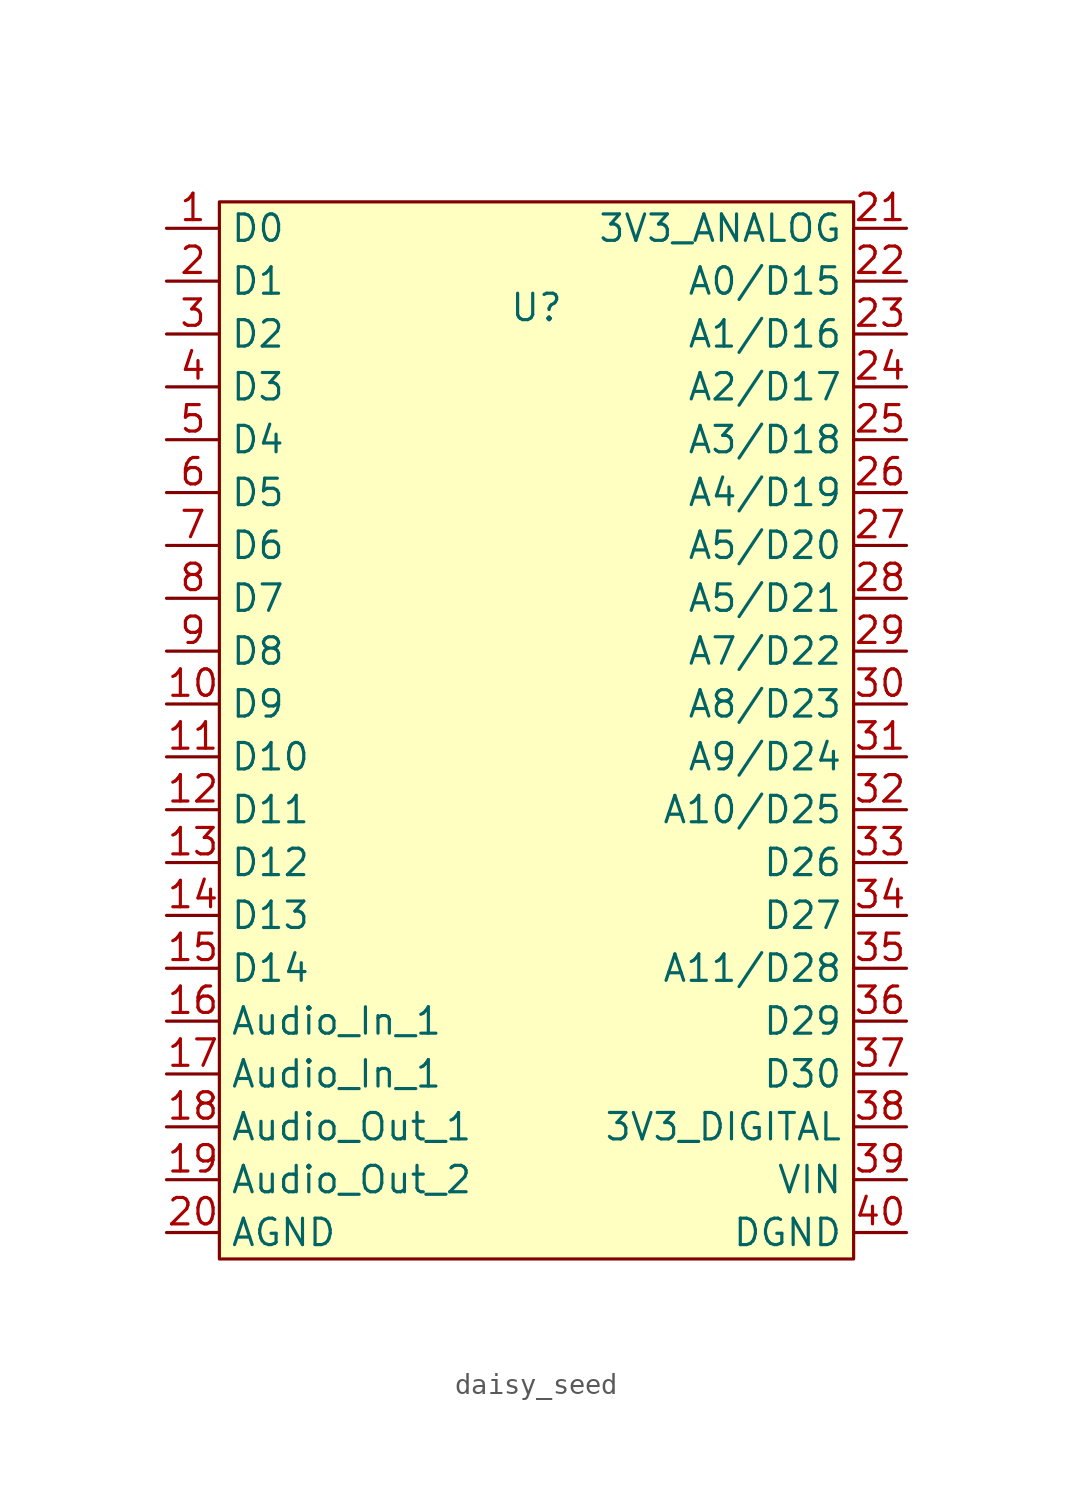
<source format=kicad_sym>
(kicad_symbol_lib
  (version 20220914)
  (generator kicad_symbol_editor)
  (symbol "daisy_seed"
    (property "Reference" "U"
      (at 0 0 0)
      (effects (font (size 1.27 1.27))))
    (property "Value" ""
      (at -11.43 0 0)
      (effects (font (size 1.27 1.27))))
    (symbol "daisy_seed_1_1"
      (rectangle (start -15.24 5.08) (end 15.24 -45.72) (stroke (width 0) (type default)) (fill (type background)))
      (pin bidirectional line (at -17.78 3.81 0) (length 2.54) (name "D0" (effects (font (size 1.27 1.27)))) (number "1" (effects (font (size 1.27 1.27)))))
      (pin bidirectional line (at -17.78 -19.05 0) (length 2.54) (name "D9" (effects (font (size 1.27 1.27)))) (number "10" (effects (font (size 1.27 1.27)))))
      (pin bidirectional line (at -17.78 -21.59 0) (length 2.54) (name "D10" (effects (font (size 1.27 1.27)))) (number "11" (effects (font (size 1.27 1.27)))))
      (pin bidirectional line (at -17.78 -24.13 0) (length 2.54) (name "D11" (effects (font (size 1.27 1.27)))) (number "12" (effects (font (size 1.27 1.27)))))
      (pin bidirectional line (at -17.78 -26.67 0) (length 2.54) (name "D12" (effects (font (size 1.27 1.27)))) (number "13" (effects (font (size 1.27 1.27)))))
      (pin bidirectional line (at -17.78 -29.21 0) (length 2.54) (name "D13" (effects (font (size 1.27 1.27)))) (number "14" (effects (font (size 1.27 1.27)))))
      (pin bidirectional line (at -17.78 -31.75 0) (length 2.54) (name "D14" (effects (font (size 1.27 1.27)))) (number "15" (effects (font (size 1.27 1.27)))))
      (pin input line (at -17.78 -34.29 0) (length 2.54) (name "Audio_In_1" (effects (font (size 1.27 1.27)))) (number "16" (effects (font (size 1.27 1.27)))))
      (pin input line (at -17.78 -36.83 0) (length 2.54) (name "Audio_In_1" (effects (font (size 1.27 1.27)))) (number "17" (effects (font (size 1.27 1.27)))))
      (pin output line (at -17.78 -39.37 0) (length 2.54) (name "Audio_Out_1" (effects (font (size 1.27 1.27)))) (number "18" (effects (font (size 1.27 1.27)))))
      (pin output line (at -17.78 -41.91 0) (length 2.54) (name "Audio_Out_2" (effects (font (size 1.27 1.27)))) (number "19" (effects (font (size 1.27 1.27)))))
      (pin bidirectional line (at -17.78 1.27 0) (length 2.54) (name "D1" (effects (font (size 1.27 1.27)))) (number "2" (effects (font (size 1.27 1.27)))))
      (pin power_in line (at -17.78 -44.45 0) (length 2.54) (name "AGND" (effects (font (size 1.27 1.27)))) (number "20" (effects (font (size 1.27 1.27)))))
      (pin power_out line (at 17.78 3.81 180) (length 2.54) (name "3V3_ANALOG" (effects (font (size 1.27 1.27)))) (number "21" (effects (font (size 1.27 1.27)))))
      (pin bidirectional line (at 17.78 1.27 180) (length 2.54) (name "A0/D15" (effects (font (size 1.27 1.27)))) (number "22" (effects (font (size 1.27 1.27)))))
      (pin bidirectional line (at 17.78 -1.27 180) (length 2.54) (name "A1/D16" (effects (font (size 1.27 1.27)))) (number "23" (effects (font (size 1.27 1.27)))))
      (pin bidirectional line (at 17.78 -3.81 180) (length 2.54) (name "A2/D17" (effects (font (size 1.27 1.27)))) (number "24" (effects (font (size 1.27 1.27)))))
      (pin bidirectional line (at 17.78 -6.35 180) (length 2.54) (name "A3/D18" (effects (font (size 1.27 1.27)))) (number "25" (effects (font (size 1.27 1.27)))))
      (pin bidirectional line (at 17.78 -8.89 180) (length 2.54) (name "A4/D19" (effects (font (size 1.27 1.27)))) (number "26" (effects (font (size 1.27 1.27)))))
      (pin bidirectional line (at 17.78 -11.43 180) (length 2.54) (name "A5/D20" (effects (font (size 1.27 1.27)))) (number "27" (effects (font (size 1.27 1.27)))))
      (pin bidirectional line (at 17.78 -13.97 180) (length 2.54) (name "A5/D21" (effects (font (size 1.27 1.27)))) (number "28" (effects (font (size 1.27 1.27)))))
      (pin bidirectional line (at 17.78 -16.51 180) (length 2.54) (name "A7/D22" (effects (font (size 1.27 1.27)))) (number "29" (effects (font (size 1.27 1.27)))))
      (pin bidirectional line (at -17.78 -1.27 0) (length 2.54) (name "D2" (effects (font (size 1.27 1.27)))) (number "3" (effects (font (size 1.27 1.27)))))
      (pin bidirectional line (at 17.78 -19.05 180) (length 2.54) (name "A8/D23" (effects (font (size 1.27 1.27)))) (number "30" (effects (font (size 1.27 1.27)))))
      (pin bidirectional line (at 17.78 -21.59 180) (length 2.54) (name "A9/D24" (effects (font (size 1.27 1.27)))) (number "31" (effects (font (size 1.27 1.27)))))
      (pin bidirectional line (at 17.78 -24.13 180) (length 2.54) (name "A10/D25" (effects (font (size 1.27 1.27)))) (number "32" (effects (font (size 1.27 1.27)))))
      (pin bidirectional line (at 17.78 -26.67 180) (length 2.54) (name "D26" (effects (font (size 1.27 1.27)))) (number "33" (effects (font (size 1.27 1.27)))))
      (pin bidirectional line (at 17.78 -29.21 180) (length 2.54) (name "D27" (effects (font (size 1.27 1.27)))) (number "34" (effects (font (size 1.27 1.27)))))
      (pin bidirectional line (at 17.78 -31.75 180) (length 2.54) (name "A11/D28" (effects (font (size 1.27 1.27)))) (number "35" (effects (font (size 1.27 1.27)))))
      (pin bidirectional line (at 17.78 -34.29 180) (length 2.54) (name "D29" (effects (font (size 1.27 1.27)))) (number "36" (effects (font (size 1.27 1.27)))))
      (pin bidirectional line (at 17.78 -36.83 180) (length 2.54) (name "D30" (effects (font (size 1.27 1.27)))) (number "37" (effects (font (size 1.27 1.27)))))
      (pin power_out line (at 17.78 -39.37 180) (length 2.54) (name "3V3_DIGITAL" (effects (font (size 1.27 1.27)))) (number "38" (effects (font (size 1.27 1.27)))))
      (pin power_in line (at 17.78 -41.91 180) (length 2.54) (name "VIN" (effects (font (size 1.27 1.27)))) (number "39" (effects (font (size 1.27 1.27)))))
      (pin bidirectional line (at -17.78 -3.81 0) (length 2.54) (name "D3" (effects (font (size 1.27 1.27)))) (number "4" (effects (font (size 1.27 1.27)))))
      (pin power_in line (at 17.78 -44.45 180) (length 2.54) (name "DGND" (effects (font (size 1.27 1.27)))) (number "40" (effects (font (size 1.27 1.27)))))
      (pin bidirectional line (at -17.78 -6.35 0) (length 2.54) (name "D4" (effects (font (size 1.27 1.27)))) (number "5" (effects (font (size 1.27 1.27)))))
      (pin bidirectional line (at -17.78 -8.89 0) (length 2.54) (name "D5" (effects (font (size 1.27 1.27)))) (number "6" (effects (font (size 1.27 1.27)))))
      (pin bidirectional line (at -17.78 -11.43 0) (length 2.54) (name "D6" (effects (font (size 1.27 1.27)))) (number "7" (effects (font (size 1.27 1.27)))))
      (pin bidirectional line (at -17.78 -13.97 0) (length 2.54) (name "D7" (effects (font (size 1.27 1.27)))) (number "8" (effects (font (size 1.27 1.27)))))
      (pin bidirectional line (at -17.78 -16.51 0) (length 2.54) (name "D8" (effects (font (size 1.27 1.27)))) (number "9" (effects (font (size 1.27 1.27))))))))
</source>
